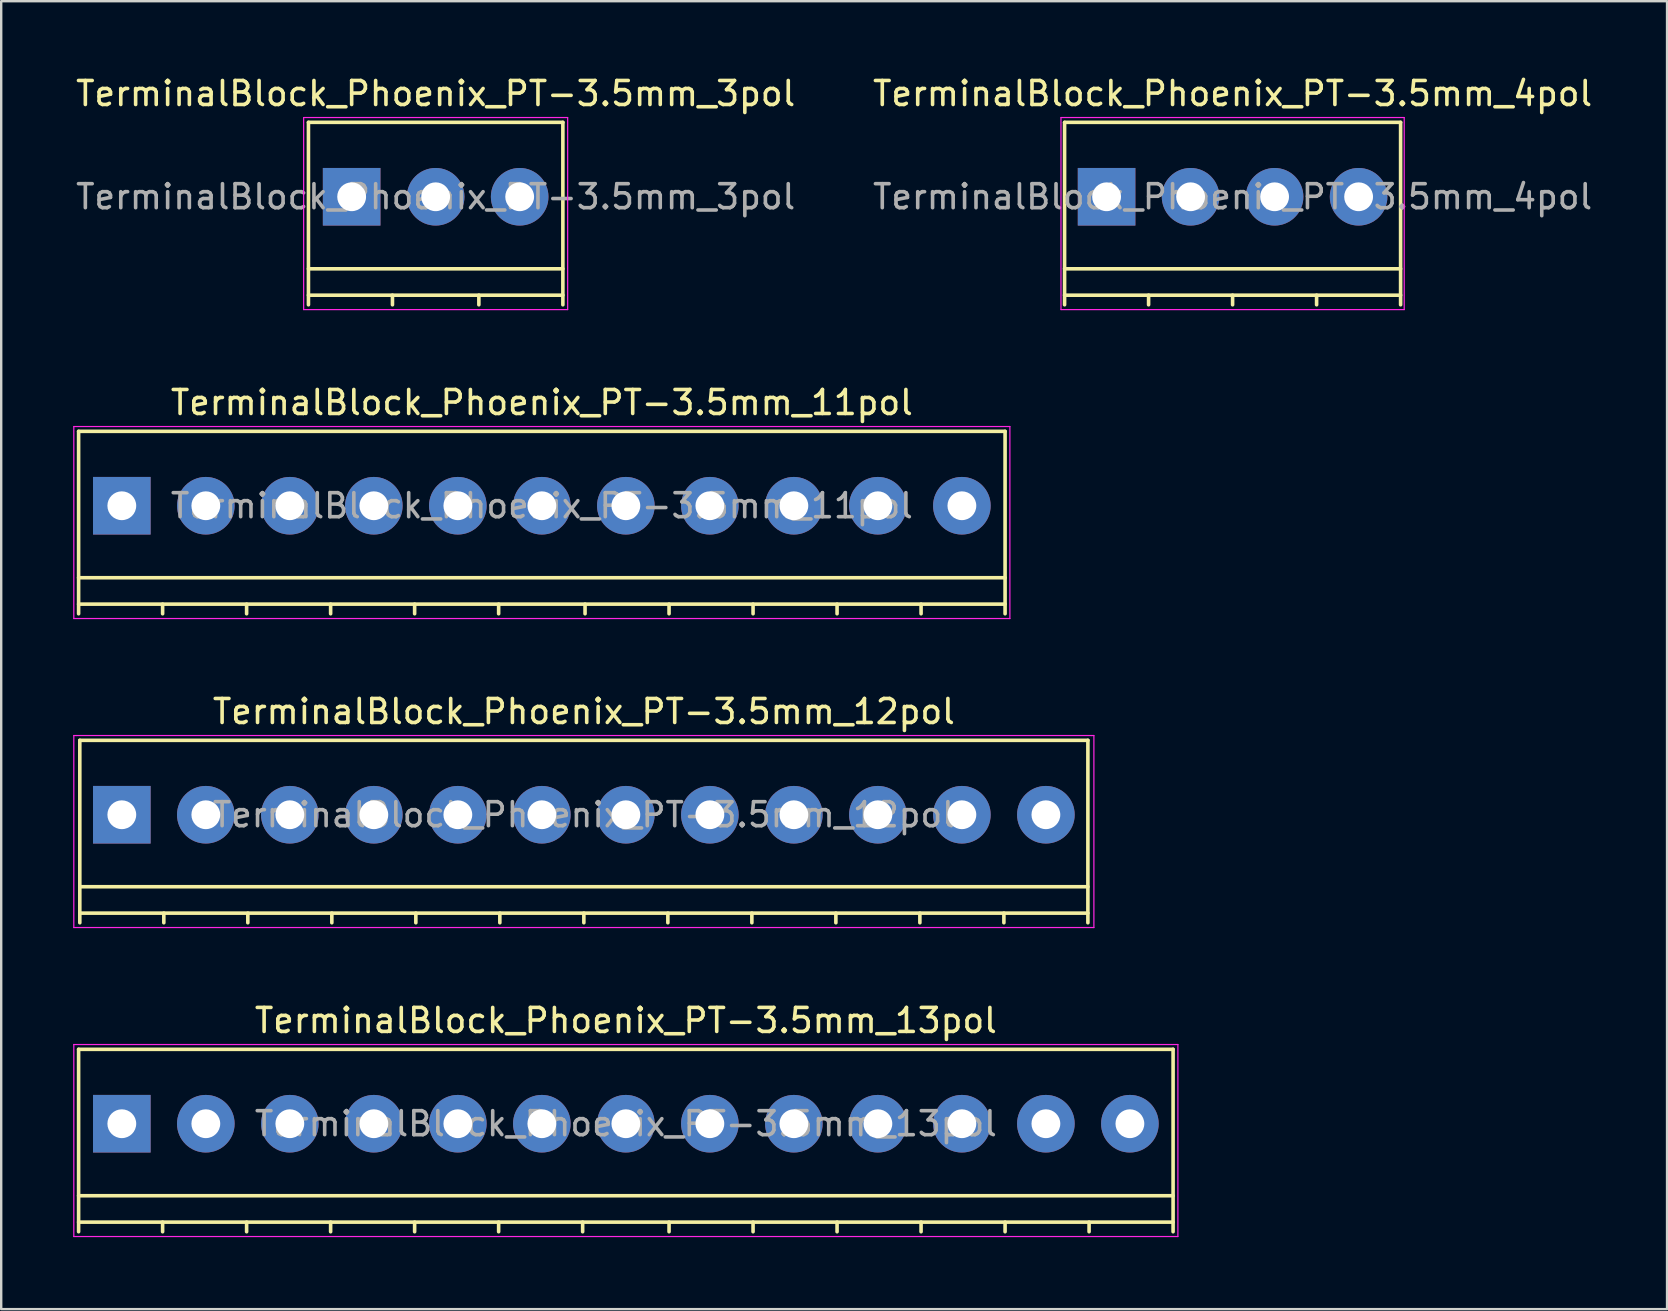
<source format=kicad_pcb>
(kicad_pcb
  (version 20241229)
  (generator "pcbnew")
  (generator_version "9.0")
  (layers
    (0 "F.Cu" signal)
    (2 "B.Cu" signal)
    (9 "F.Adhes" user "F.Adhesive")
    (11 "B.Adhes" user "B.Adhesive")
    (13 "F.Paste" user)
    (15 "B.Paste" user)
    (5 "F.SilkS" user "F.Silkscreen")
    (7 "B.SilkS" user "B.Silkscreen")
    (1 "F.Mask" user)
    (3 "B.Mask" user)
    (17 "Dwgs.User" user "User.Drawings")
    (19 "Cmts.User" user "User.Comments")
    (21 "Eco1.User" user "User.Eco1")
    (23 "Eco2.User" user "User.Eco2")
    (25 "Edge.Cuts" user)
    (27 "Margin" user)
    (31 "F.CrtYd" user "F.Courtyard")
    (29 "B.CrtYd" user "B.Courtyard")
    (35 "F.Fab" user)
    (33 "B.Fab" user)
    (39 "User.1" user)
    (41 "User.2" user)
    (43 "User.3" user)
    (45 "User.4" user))
  (footprint "TerminalBlock_Phoenix_PT-3.5mm_13pol"
    (layer "F.Cu")
    (at 2.025 43.768)
    (property "Reference" "TerminalBlock_Phoenix_PT-3.5mm_13pol" (at 21 -4.3 0) (layer "F.SilkS") (effects (font (size 1 1) (thickness 0.15))))
    (attr through_hole)
    (fp_line (start -1.8 -3.1) (end -1.8 4.5) (stroke (width 0.15) (type solid)) (layer "F.SilkS"))
    (fp_line (start -1.8 3) (end 43.8 3) (stroke (width 0.15) (type solid)) (layer "F.SilkS"))
    (fp_line (start -1.8 4.1) (end 43.8 4.1) (stroke (width 0.15) (type solid)) (layer "F.SilkS"))
    (fp_line (start 1.7 4.1) (end 1.7 4.5) (stroke (width 0.15) (type solid)) (layer "F.SilkS"))
    (fp_line (start 5.2 4.1) (end 5.2 4.5) (stroke (width 0.15) (type solid)) (layer "F.SilkS"))
    (fp_line (start 8.7 4.1) (end 8.7 4.5) (stroke (width 0.15) (type solid)) (layer "F.SilkS"))
    (fp_line (start 12.2 4.1) (end 12.2 4.5) (stroke (width 0.15) (type solid)) (layer "F.SilkS"))
    (fp_line (start 15.7 4.1) (end 15.7 4.5) (stroke (width 0.15) (type solid)) (layer "F.SilkS"))
    (fp_line (start 19.2 4.1) (end 19.2 4.5) (stroke (width 0.15) (type solid)) (layer "F.SilkS"))
    (fp_line (start 22.8 4.1) (end 22.8 4.5) (stroke (width 0.15) (type solid)) (layer "F.SilkS"))
    (fp_line (start 26.3 4.1) (end 26.3 4.5) (stroke (width 0.15) (type solid)) (layer "F.SilkS"))
    (fp_line (start 29.8 4.1) (end 29.8 4.5) (stroke (width 0.15) (type solid)) (layer "F.SilkS"))
    (fp_line (start 33.3 4.1) (end 33.3 4.5) (stroke (width 0.15) (type solid)) (layer "F.SilkS"))
    (fp_line (start 36.8 4.1) (end 36.8 4.5) (stroke (width 0.15) (type solid)) (layer "F.SilkS"))
    (fp_line (start 40.3 4.1) (end 40.3 4.5) (stroke (width 0.15) (type solid)) (layer "F.SilkS"))
    (fp_line (start 43.8 -3.1) (end -1.8 -3.1) (stroke (width 0.15) (type solid)) (layer "F.SilkS"))
    (fp_line (start 43.8 4.5) (end 43.8 -3.1) (stroke (width 0.15) (type solid)) (layer "F.SilkS"))
    (fp_line (start -2 -3.3) (end 44 -3.3) (stroke (width 0.05) (type solid)) (layer "F.CrtYd"))
    (fp_line (start -2 4.7) (end -2 -3.3) (stroke (width 0.05) (type solid)) (layer "F.CrtYd"))
    (fp_line (start 44 -3.3) (end 44 4.7) (stroke (width 0.05) (type solid)) (layer "F.CrtYd"))
    (fp_line (start 44 4.7) (end -2 4.7) (stroke (width 0.05) (type solid)) (layer "F.CrtYd"))
    (fp_text user "${REFERENCE}" (at 21 0 0) (layer "F.Fab") (effects (font (size 1 1) (thickness 0.15))))
    (pad "1" thru_hole rect (at 0 0 180) (size 2.4 2.4) (drill 1.2) (layers "*.Cu" "*.Mask"))
    (pad "2" thru_hole circle (at 3.5 0 180) (size 2.4 2.4) (drill 1.2) (layers "*.Cu" "*.Mask"))
    (pad "3" thru_hole circle (at 7 0 180) (size 2.4 2.4) (drill 1.2) (layers "*.Cu" "*.Mask"))
    (pad "4" thru_hole circle (at 10.5 0 180) (size 2.4 2.4) (drill 1.2) (layers "*.Cu" "*.Mask"))
    (pad "5" thru_hole circle (at 14 0 180) (size 2.4 2.4) (drill 1.2) (layers "*.Cu" "*.Mask"))
    (pad "6" thru_hole circle (at 17.5 0 180) (size 2.4 2.4) (drill 1.2) (layers "*.Cu" "*.Mask"))
    (pad "7" thru_hole circle (at 21 0 180) (size 2.4 2.4) (drill 1.2) (layers "*.Cu" "*.Mask"))
    (pad "8" thru_hole circle (at 24.5 0 180) (size 2.4 2.4) (drill 1.2) (layers "*.Cu" "*.Mask"))
    (pad "9" thru_hole circle (at 28 0 180) (size 2.4 2.4) (drill 1.2) (layers "*.Cu" "*.Mask"))
    (pad "10" thru_hole circle (at 31.5 0 180) (size 2.4 2.4) (drill 1.2) (layers "*.Cu" "*.Mask"))
    (pad "11" thru_hole circle (at 35 0 180) (size 2.4 2.4) (drill 1.2) (layers "*.Cu" "*.Mask"))
    (pad "12" thru_hole circle (at 38.5 0 180) (size 2.4 2.4) (drill 1.2) (layers "*.Cu" "*.Mask"))
    (pad "13" thru_hole circle (at 42 0 180) (size 2.4 2.4) (drill 1.2) (layers "*.Cu" "*.Mask")))
  (footprint "TerminalBlock_Phoenix_PT-3.5mm_12pol"
    (layer "F.Cu")
    (at 2.025 30.895)
    (property "Reference" "TerminalBlock_Phoenix_PT-3.5mm_12pol" (at 19.25 -4.3 0) (layer "F.SilkS") (effects (font (size 1 1) (thickness 0.15))))
    (attr through_hole)
    (fp_line (start -1.75 -3.1) (end -1.75 4.5) (stroke (width 0.15) (type solid)) (layer "F.SilkS"))
    (fp_line (start -1.75 3) (end 40.25 3) (stroke (width 0.15) (type solid)) (layer "F.SilkS"))
    (fp_line (start -1.75 4.1) (end 40.25 4.1) (stroke (width 0.15) (type solid)) (layer "F.SilkS"))
    (fp_line (start 1.75 4.1) (end 1.75 4.5) (stroke (width 0.15) (type solid)) (layer "F.SilkS"))
    (fp_line (start 5.25 4.1) (end 5.25 4.5) (stroke (width 0.15) (type solid)) (layer "F.SilkS"))
    (fp_line (start 8.75 4.1) (end 8.75 4.5) (stroke (width 0.15) (type solid)) (layer "F.SilkS"))
    (fp_line (start 12.25 4.1) (end 12.25 4.5) (stroke (width 0.15) (type solid)) (layer "F.SilkS"))
    (fp_line (start 15.75 4.1) (end 15.75 4.5) (stroke (width 0.15) (type solid)) (layer "F.SilkS"))
    (fp_line (start 19.25 4.1) (end 19.25 4.5) (stroke (width 0.15) (type solid)) (layer "F.SilkS"))
    (fp_line (start 22.75 4.1) (end 22.75 4.5) (stroke (width 0.15) (type solid)) (layer "F.SilkS"))
    (fp_line (start 26.25 4.1) (end 26.25 4.5) (stroke (width 0.15) (type solid)) (layer "F.SilkS"))
    (fp_line (start 29.75 4.1) (end 29.75 4.5) (stroke (width 0.15) (type solid)) (layer "F.SilkS"))
    (fp_line (start 33.25 4.1) (end 33.25 4.5) (stroke (width 0.15) (type solid)) (layer "F.SilkS"))
    (fp_line (start 36.75 4.1) (end 36.75 4.5) (stroke (width 0.15) (type solid)) (layer "F.SilkS"))
    (fp_line (start 40.25 -3.1) (end -1.75 -3.1) (stroke (width 0.15) (type solid)) (layer "F.SilkS"))
    (fp_line (start 40.25 4.5) (end 40.25 -3.1) (stroke (width 0.15) (type solid)) (layer "F.SilkS"))
    (fp_line (start -2 -3.3) (end -1.9 -3.3) (stroke (width 0.05) (type solid)) (layer "F.CrtYd"))
    (fp_line (start -2 4.7) (end -2 -3.3) (stroke (width 0.05) (type solid)) (layer "F.CrtYd"))
    (fp_line (start -1.9 -3.3) (end 40.4 -3.3) (stroke (width 0.05) (type solid)) (layer "F.CrtYd"))
    (fp_line (start 40.4 -3.3) (end 40.5 -3.3) (stroke (width 0.05) (type solid)) (layer "F.CrtYd"))
    (fp_line (start 40.5 -3.3) (end 40.5 4.7) (stroke (width 0.05) (type solid)) (layer "F.CrtYd"))
    (fp_line (start 40.5 4.7) (end -2 4.7) (stroke (width 0.05) (type solid)) (layer "F.CrtYd"))
    (fp_text user "${REFERENCE}" (at 19.25 0 0) (layer "F.Fab") (effects (font (size 1 1) (thickness 0.15))))
    (pad "1" thru_hole rect (at 0 0 180) (size 2.4 2.4) (drill 1.2) (layers "*.Cu" "*.Mask"))
    (pad "2" thru_hole circle (at 3.5 0 180) (size 2.4 2.4) (drill 1.2) (layers "*.Cu" "*.Mask"))
    (pad "3" thru_hole circle (at 7 0 180) (size 2.4 2.4) (drill 1.2) (layers "*.Cu" "*.Mask"))
    (pad "4" thru_hole circle (at 10.5 0 180) (size 2.4 2.4) (drill 1.2) (layers "*.Cu" "*.Mask"))
    (pad "5" thru_hole circle (at 14 0 180) (size 2.4 2.4) (drill 1.2) (layers "*.Cu" "*.Mask"))
    (pad "6" thru_hole circle (at 17.5 0 180) (size 2.4 2.4) (drill 1.2) (layers "*.Cu" "*.Mask"))
    (pad "7" thru_hole circle (at 21 0 180) (size 2.4 2.4) (drill 1.2) (layers "*.Cu" "*.Mask"))
    (pad "8" thru_hole circle (at 24.5 0 180) (size 2.4 2.4) (drill 1.2) (layers "*.Cu" "*.Mask"))
    (pad "9" thru_hole circle (at 28 0 180) (size 2.4 2.4) (drill 1.2) (layers "*.Cu" "*.Mask"))
    (pad "10" thru_hole circle (at 31.5 0 180) (size 2.4 2.4) (drill 1.2) (layers "*.Cu" "*.Mask"))
    (pad "11" thru_hole circle (at 35 0 180) (size 2.4 2.4) (drill 1.2) (layers "*.Cu" "*.Mask"))
    (pad "12" thru_hole circle (at 38.5 0 180) (size 2.4 2.4) (drill 1.2) (layers "*.Cu" "*.Mask")))
  (footprint "TerminalBlock_Phoenix_PT-3.5mm_3pol"
    (layer "F.Cu")
    (at 11.601 5.148)
    (property "Reference" "TerminalBlock_Phoenix_PT-3.5mm_3pol" (at 3.5 -4.3 0) (layer "F.SilkS") (effects (font (size 1 1) (thickness 0.15))))
    (attr through_hole)
    (fp_line (start -1.8 -3.1) (end -1.8 4.5) (stroke (width 0.15) (type solid)) (layer "F.SilkS"))
    (fp_line (start -1.8 3) (end 8.8 3) (stroke (width 0.15) (type solid)) (layer "F.SilkS"))
    (fp_line (start -1.8 4.1) (end 8.8 4.1) (stroke (width 0.15) (type solid)) (layer "F.SilkS"))
    (fp_line (start 1.7 4.1) (end 1.7 4.5) (stroke (width 0.15) (type solid)) (layer "F.SilkS"))
    (fp_line (start 5.3 4.1) (end 5.3 4.5) (stroke (width 0.15) (type solid)) (layer "F.SilkS"))
    (fp_line (start 8.8 -3.1) (end -1.8 -3.1) (stroke (width 0.15) (type solid)) (layer "F.SilkS"))
    (fp_line (start 8.8 4.5) (end 8.8 -3.1) (stroke (width 0.15) (type solid)) (layer "F.SilkS"))
    (fp_line (start -2 -3.3) (end 9 -3.3) (stroke (width 0.05) (type solid)) (layer "F.CrtYd"))
    (fp_line (start -2 4.7) (end -2 -3.3) (stroke (width 0.05) (type solid)) (layer "F.CrtYd"))
    (fp_line (start 9 -3.3) (end 9 4.7) (stroke (width 0.05) (type solid)) (layer "F.CrtYd"))
    (fp_line (start 9 4.7) (end -2 4.7) (stroke (width 0.05) (type solid)) (layer "F.CrtYd"))
    (fp_text user "${REFERENCE}" (at 3.5 0 0) (layer "F.Fab") (effects (font (size 1 1) (thickness 0.15))))
    (pad "1" thru_hole rect (at 0 0) (size 2.4 2.4) (drill 1.2) (layers "*.Cu" "*.Mask"))
    (pad "2" thru_hole circle (at 3.5 0) (size 2.4 2.4) (drill 1.2) (layers "*.Cu" "*.Mask"))
    (pad "3" thru_hole circle (at 7 0) (size 2.4 2.4) (drill 1.2) (layers "*.Cu" "*.Mask")))
  (footprint "TerminalBlock_Phoenix_PT-3.5mm_4pol"
    (layer "F.Cu")
    (at 43.054 5.148)
    (property "Reference" "TerminalBlock_Phoenix_PT-3.5mm_4pol" (at 5.25 -4.3 0) (layer "F.SilkS") (effects (font (size 1 1) (thickness 0.15))))
    (attr through_hole)
    (fp_line (start -1.75 -3.1) (end -1.75 4.5) (stroke (width 0.15) (type solid)) (layer "F.SilkS"))
    (fp_line (start -1.75 3) (end 12.25 3) (stroke (width 0.15) (type solid)) (layer "F.SilkS"))
    (fp_line (start -1.75 4.1) (end 12.25 4.1) (stroke (width 0.15) (type solid)) (layer "F.SilkS"))
    (fp_line (start 1.75 4.1) (end 1.75 4.5) (stroke (width 0.15) (type solid)) (layer "F.SilkS"))
    (fp_line (start 5.25 4.1) (end 5.25 4.5) (stroke (width 0.15) (type solid)) (layer "F.SilkS"))
    (fp_line (start 8.75 4.1) (end 8.75 4.5) (stroke (width 0.15) (type solid)) (layer "F.SilkS"))
    (fp_line (start 12.25 -3.1) (end -1.75 -3.1) (stroke (width 0.15) (type solid)) (layer "F.SilkS"))
    (fp_line (start 12.25 4.5) (end 12.25 -3.1) (stroke (width 0.15) (type solid)) (layer "F.SilkS"))
    (fp_line (start -1.9 -3.3) (end 12.4 -3.3) (stroke (width 0.05) (type solid)) (layer "F.CrtYd"))
    (fp_line (start -1.9 4.7) (end -1.9 -3.3) (stroke (width 0.05) (type solid)) (layer "F.CrtYd"))
    (fp_line (start 12.4 -3.3) (end 12.4 4.7) (stroke (width 0.05) (type solid)) (layer "F.CrtYd"))
    (fp_line (start 12.4 4.7) (end -1.9 4.7) (stroke (width 0.05) (type solid)) (layer "F.CrtYd"))
    (fp_text user "${REFERENCE}" (at 5.25 0 0) (layer "F.Fab") (effects (font (size 1 1) (thickness 0.15))))
    (pad "1" thru_hole rect (at 0 0) (size 2.4 2.4) (drill 1.2) (layers "*.Cu" "*.Mask"))
    (pad "2" thru_hole circle (at 3.5 0) (size 2.4 2.4) (drill 1.2) (layers "*.Cu" "*.Mask"))
    (pad "3" thru_hole circle (at 7 0) (size 2.4 2.4) (drill 1.2) (layers "*.Cu" "*.Mask"))
    (pad "4" thru_hole circle (at 10.5 0) (size 2.4 2.4) (drill 1.2) (layers "*.Cu" "*.Mask")))
  (footprint "TerminalBlock_Phoenix_PT-3.5mm_11pol"
    (layer "F.Cu")
    (at 2.025 18.021)
    (property "Reference" "TerminalBlock_Phoenix_PT-3.5mm_11pol" (at 17.5 -4.3 0) (layer "F.SilkS") (effects (font (size 1 1) (thickness 0.15))))
    (attr through_hole)
    (fp_line (start -1.8 -3.1) (end -1.8 4.5) (stroke (width 0.15) (type solid)) (layer "F.SilkS"))
    (fp_line (start -1.8 3) (end 36.8 3) (stroke (width 0.15) (type solid)) (layer "F.SilkS"))
    (fp_line (start -1.8 4.1) (end 36.8 4.1) (stroke (width 0.15) (type solid)) (layer "F.SilkS"))
    (fp_line (start 1.7 4.1) (end 1.7 4.5) (stroke (width 0.15) (type solid)) (layer "F.SilkS"))
    (fp_line (start 5.2 4.1) (end 5.2 4.5) (stroke (width 0.15) (type solid)) (layer "F.SilkS"))
    (fp_line (start 8.7 4.1) (end 8.7 4.5) (stroke (width 0.15) (type solid)) (layer "F.SilkS"))
    (fp_line (start 12.2 4.1) (end 12.2 4.5) (stroke (width 0.15) (type solid)) (layer "F.SilkS"))
    (fp_line (start 15.7 4.1) (end 15.7 4.5) (stroke (width 0.15) (type solid)) (layer "F.SilkS"))
    (fp_line (start 19.3 4.1) (end 19.3 4.5) (stroke (width 0.15) (type solid)) (layer "F.SilkS"))
    (fp_line (start 22.8 4.1) (end 22.8 4.5) (stroke (width 0.15) (type solid)) (layer "F.SilkS"))
    (fp_line (start 26.3 4.1) (end 26.3 4.5) (stroke (width 0.15) (type solid)) (layer "F.SilkS"))
    (fp_line (start 29.8 4.1) (end 29.8 4.5) (stroke (width 0.15) (type solid)) (layer "F.SilkS"))
    (fp_line (start 33.3 4.1) (end 33.3 4.5) (stroke (width 0.15) (type solid)) (layer "F.SilkS"))
    (fp_line (start 36.8 -3.1) (end -1.8 -3.1) (stroke (width 0.15) (type solid)) (layer "F.SilkS"))
    (fp_line (start 36.8 4.5) (end 36.8 -3.1) (stroke (width 0.15) (type solid)) (layer "F.SilkS"))
    (fp_line (start -2 -3.3) (end 37 -3.3) (stroke (width 0.05) (type solid)) (layer "F.CrtYd"))
    (fp_line (start -2 4.7) (end -2 -3.3) (stroke (width 0.05) (type solid)) (layer "F.CrtYd"))
    (fp_line (start 37 -3.3) (end 37 4.7) (stroke (width 0.05) (type solid)) (layer "F.CrtYd"))
    (fp_line (start 37 4.7) (end -2 4.7) (stroke (width 0.05) (type solid)) (layer "F.CrtYd"))
    (fp_text user "${REFERENCE}" (at 17.5 0 0) (layer "F.Fab") (effects (font (size 1 1) (thickness 0.15))))
    (pad "1" thru_hole rect (at 0 0 180) (size 2.4 2.4) (drill 1.2) (layers "*.Cu" "*.Mask"))
    (pad "2" thru_hole circle (at 3.5 0 180) (size 2.4 2.4) (drill 1.2) (layers "*.Cu" "*.Mask"))
    (pad "3" thru_hole circle (at 7 0 180) (size 2.4 2.4) (drill 1.2) (layers "*.Cu" "*.Mask"))
    (pad "4" thru_hole circle (at 10.5 0 180) (size 2.4 2.4) (drill 1.2) (layers "*.Cu" "*.Mask"))
    (pad "5" thru_hole circle (at 14 0 180) (size 2.4 2.4) (drill 1.2) (layers "*.Cu" "*.Mask"))
    (pad "6" thru_hole circle (at 17.5 0 180) (size 2.4 2.4) (drill 1.2) (layers "*.Cu" "*.Mask"))
    (pad "7" thru_hole circle (at 21 0 180) (size 2.4 2.4) (drill 1.2) (layers "*.Cu" "*.Mask"))
    (pad "8" thru_hole circle (at 24.5 0 180) (size 2.4 2.4) (drill 1.2) (layers "*.Cu" "*.Mask"))
    (pad "9" thru_hole circle (at 28 0 180) (size 2.4 2.4) (drill 1.2) (layers "*.Cu" "*.Mask"))
    (pad "10" thru_hole circle (at 31.5 0 180) (size 2.4 2.4) (drill 1.2) (layers "*.Cu" "*.Mask"))
    (pad "11" thru_hole circle (at 35 0 180) (size 2.4 2.4) (drill 1.2) (layers "*.Cu" "*.Mask")))
  (gr_rect
    (start -3 -3)
    (end 66.405 51.493)
    (stroke (width 0.1) (type default))
    (fill no)
    (layer "Edge.Cuts")))
</source>
